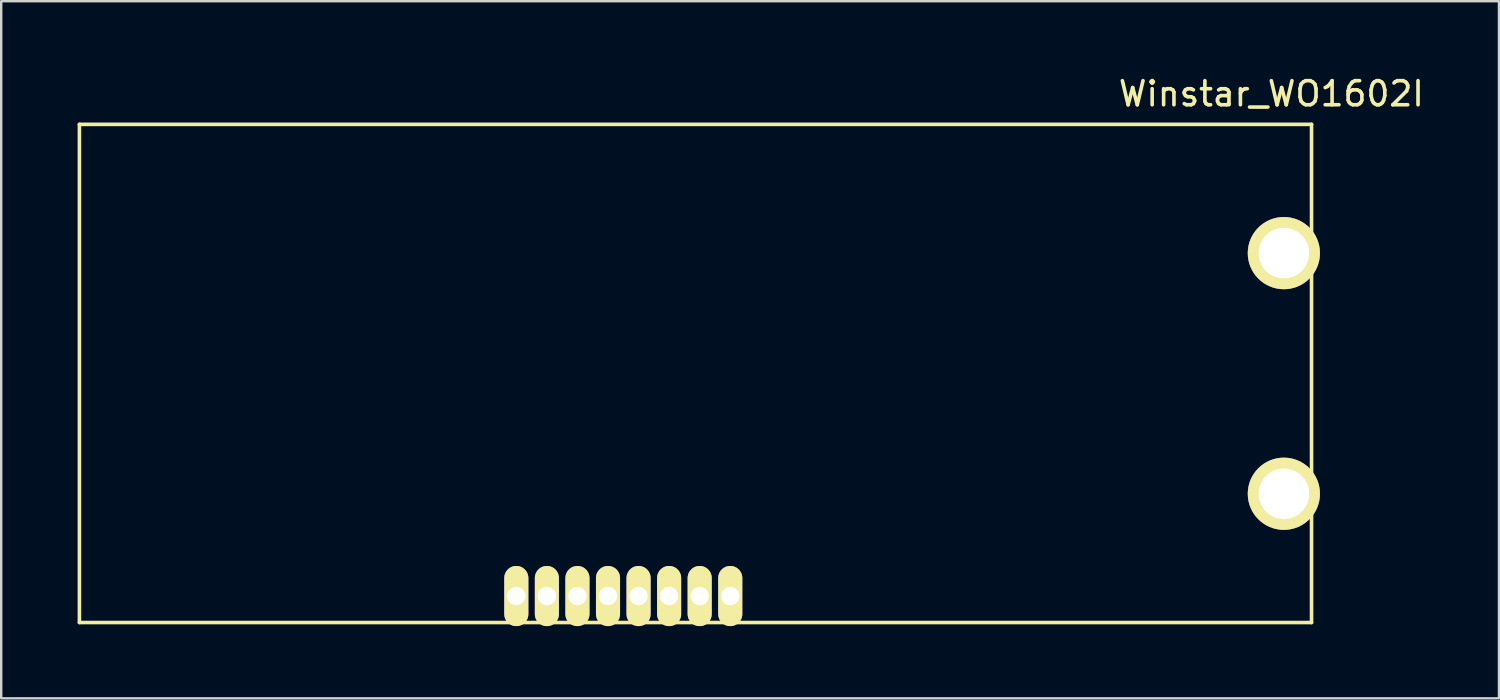
<source format=kicad_pcb>
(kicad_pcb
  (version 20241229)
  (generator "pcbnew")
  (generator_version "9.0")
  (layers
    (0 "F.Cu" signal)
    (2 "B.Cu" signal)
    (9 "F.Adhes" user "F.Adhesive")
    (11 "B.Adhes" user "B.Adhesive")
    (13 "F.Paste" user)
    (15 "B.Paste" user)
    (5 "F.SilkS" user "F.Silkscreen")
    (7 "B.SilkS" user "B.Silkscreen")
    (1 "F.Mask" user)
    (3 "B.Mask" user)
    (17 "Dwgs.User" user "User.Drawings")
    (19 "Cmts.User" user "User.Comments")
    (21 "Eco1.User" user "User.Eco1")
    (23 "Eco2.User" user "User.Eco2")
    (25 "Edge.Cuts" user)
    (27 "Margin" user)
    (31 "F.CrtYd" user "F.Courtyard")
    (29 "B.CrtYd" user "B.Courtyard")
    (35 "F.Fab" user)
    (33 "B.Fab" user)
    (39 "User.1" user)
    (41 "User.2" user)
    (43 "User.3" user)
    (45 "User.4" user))
  (footprint "Winstar_WO1602I"
    (layer "F.Cu")
    (at 0.25 2.118)
    (property "Reference" "Winstar_WO1602I" (at 49.53 -1.27 0) (layer "F.SilkS") (effects (font (size 1 1) (thickness 0.15))))
    (attr through_hole)
    (fp_line (start 0 0) (end 51.2 0) (stroke (width 0.15) (type solid)) (layer "F.SilkS"))
    (fp_line (start 0 20.7) (end 0 0) (stroke (width 0.15) (type solid)) (layer "F.SilkS"))
    (fp_line (start 51.2 0) (end 51.2 20.7) (stroke (width 0.15) (type solid)) (layer "F.SilkS"))
    (fp_line (start 51.2 20.7) (end 0 20.7) (stroke (width 0.15) (type solid)) (layer "F.SilkS"))
    (pad "1" thru_hole oval (at 18.155 19.6) (size 1 2.5) (drill 0.762) (layers "*.Cu" "*.Mask" "F.SilkS"))
    (pad "2" thru_hole oval (at 19.425 19.6) (size 1 2.5) (drill 0.762) (layers "*.Cu" "*.Mask" "F.SilkS"))
    (pad "3" thru_hole oval (at 20.695 19.6) (size 1 2.5) (drill 0.762) (layers "*.Cu" "*.Mask" "F.SilkS"))
    (pad "4" thru_hole oval (at 21.965 19.6) (size 1 2.5) (drill 0.762) (layers "*.Cu" "*.Mask" "F.SilkS"))
    (pad "5" thru_hole oval (at 23.235 19.6) (size 1 2.5) (drill 0.762) (layers "*.Cu" "*.Mask" "F.SilkS"))
    (pad "6" thru_hole oval (at 24.505 19.6) (size 1 2.5) (drill 0.762) (layers "*.Cu" "*.Mask" "F.SilkS"))
    (pad "7" thru_hole oval (at 25.775 19.6) (size 1 2.5) (drill 0.762) (layers "*.Cu" "*.Mask" "F.SilkS"))
    (pad "8" thru_hole oval (at 27.045 19.6) (size 1 2.5) (drill 0.762) (layers "*.Cu" "*.Mask" "F.SilkS"))
    (pad "9" thru_hole circle (at 50.05 15.35) (size 3 3) (drill 2.1) (layers "*.Cu" "*.Mask" "F.SilkS"))
    (pad "10" thru_hole circle (at 50.05 5.35) (size 3 3) (drill 2.1) (layers "*.Cu" "*.Mask" "F.SilkS")))
  (gr_rect
    (start -3 -3)
    (end 59.238 25.968)
    (stroke (width 0.1) (type default))
    (fill no)
    (layer "Edge.Cuts")))
</source>
